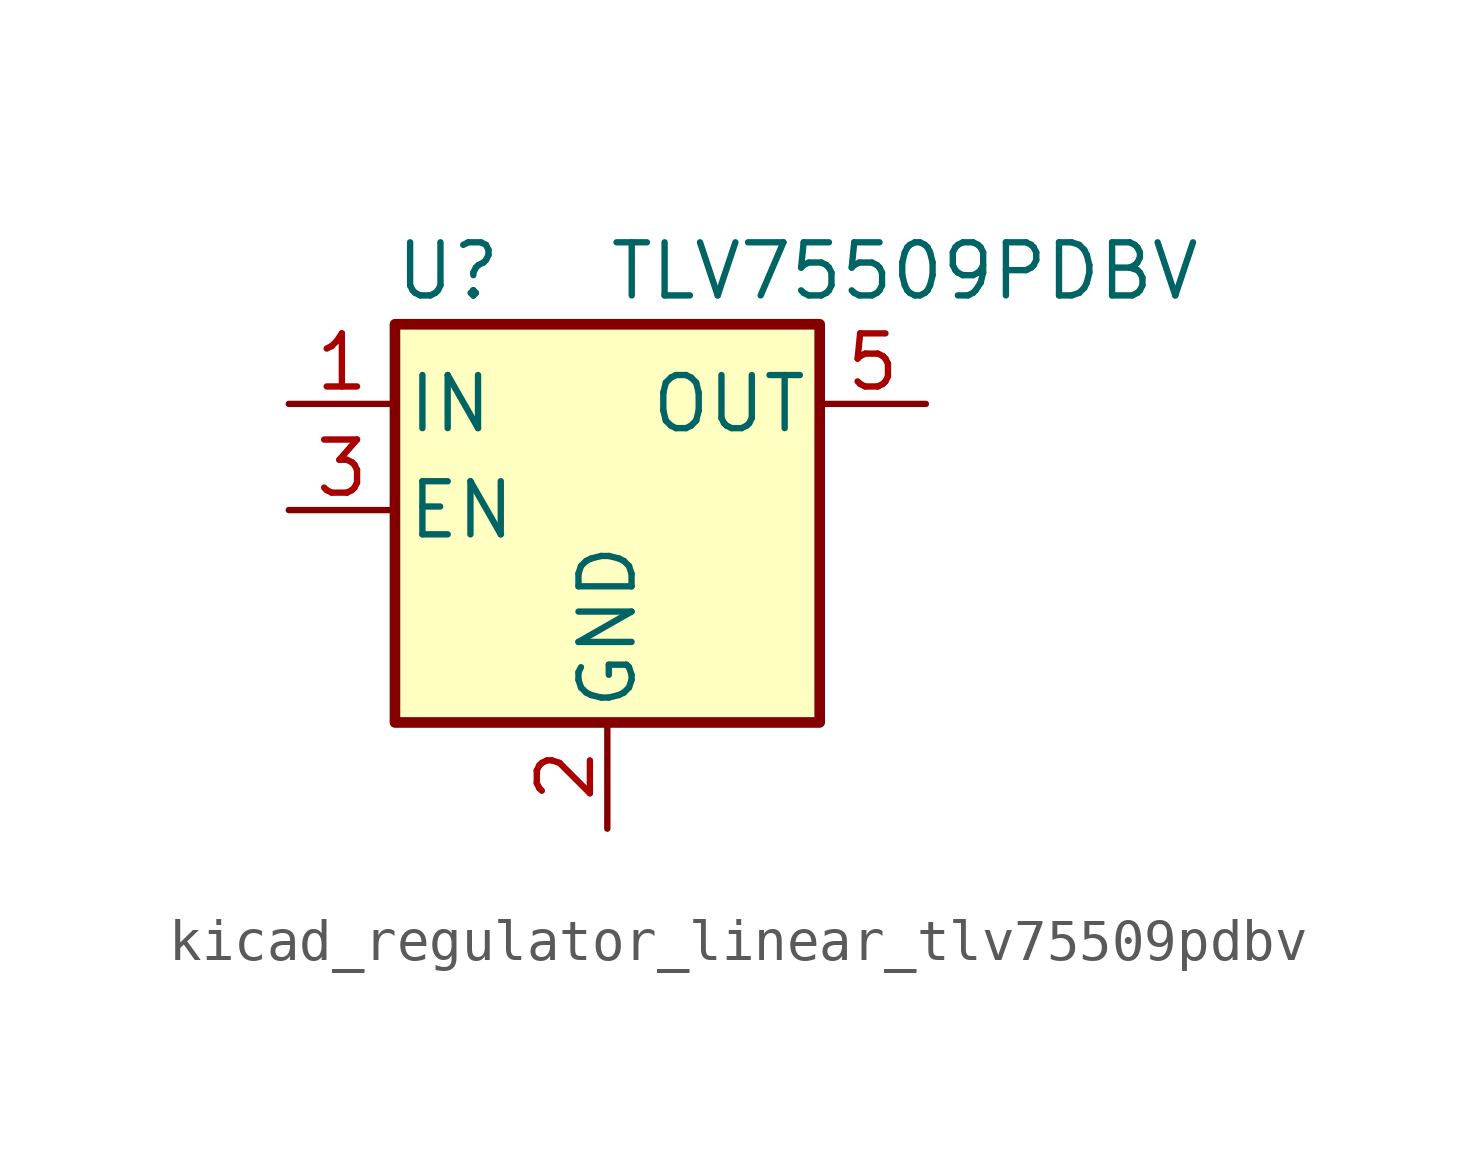
<source format=kicad_sym>
(kicad_symbol_lib
  (version 20220914)
  (generator kicad_symbol_editor)
  (symbol "kicad_regulator_linear_tlv75509pdbv"
    (pin_names
      (offset 0.254))
    (property "Reference" "U"
      (at -3.81 5.715 0)
      (effects (font (size 1.27 1.27))))
    (property "Value" "TLV75509PDBV"
      (at 0 5.715 0)
      (effects (font (size 1.27 1.27)) (justify left)))
    (symbol "kicad_regulator_linear_tlv75509pdbv_0_1"
      (rectangle (start -5.08 4.445) (end 5.08 -5.08) (stroke (width 0.254) (type default)) (fill (type background))))
    (symbol "kicad_regulator_linear_tlv75509pdbv_1_1"
      (pin power_in line (at -7.62 2.54 0) (length 2.54) (name "IN" (effects (font (size 1.27 1.27)))) (number "1" (effects (font (size 1.27 1.27)))))
      (pin power_in line (at 0 -7.62 90) (length 2.54) (name "GND" (effects (font (size 1.27 1.27)))) (number "2" (effects (font (size 1.27 1.27)))))
      (pin input line (at -7.62 0 0) (length 2.54) (name "EN" (effects (font (size 1.27 1.27)))) (number "3" (effects (font (size 1.27 1.27)))))
      (pin no_connect line (at 5.08 0 180) (length 2.54) hide (name "NC" (effects (font (size 1.27 1.27)))) (number "4" (effects (font (size 1.27 1.27)))))
      (pin power_out line (at 7.62 2.54 180) (length 2.54) (name "OUT" (effects (font (size 1.27 1.27)))) (number "5" (effects (font (size 1.27 1.27))))))))
</source>
